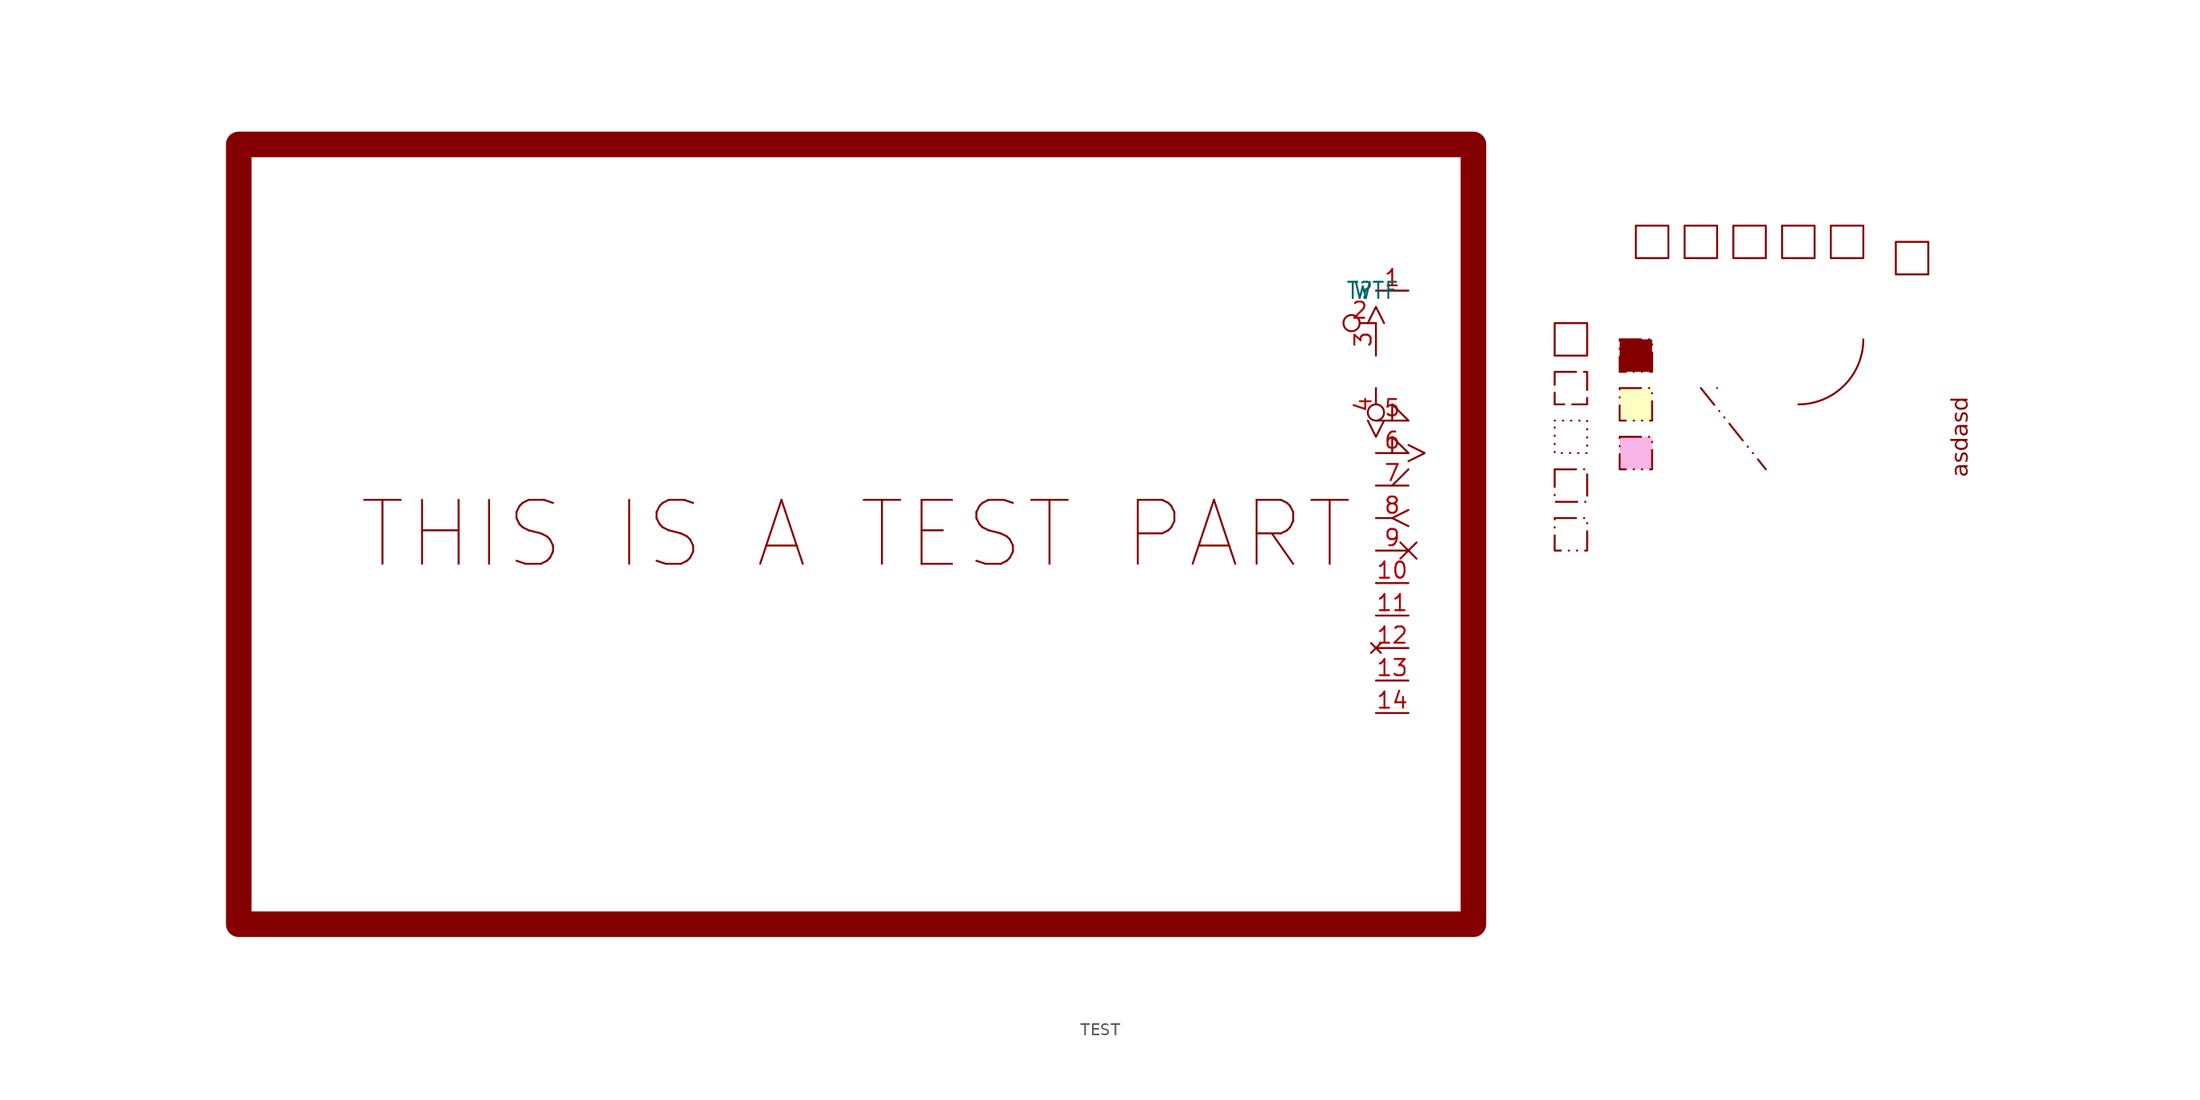
<source format=kicad_sym>
(kicad_symbol_lib
  (version 20220914)
  (generator kicad_symbol_editor)
  (symbol "TEST"
    (property "Reference" "T"
      (at 39.37 19.05 0)
      (effects (font (size 1.27 1.27))))
    (property "Value" "WTF"
      (at 40.64 19.05 0)
      (effects (font (size 1.27 1.27))))
    (symbol "TEST_0_0"
      (text "asdasd" (at 86.36 7.62 900) (effects (font (face "Alibre Symbols") (size 1.27 1.27))))
      (text_box private "" (at 73.66 19.05 90) (size 2.54 -2.54) (stroke (width 0) (type default)) (fill (type color) (color 0 0 0 0)) (effects (font (size 1.27 1.27)) (justify right bottom)))
      (pin input line (at 40.64 19.05 0) (length 2.54) (name "" (effects (font (size 1.27 1.27)))) (number "1" (effects (font (size 1.27 1.27)))))
      (pin open_collector line (at 40.64 -3.81 0) (length 2.54) (name "" (effects (font (size 1.27 1.27)))) (number "10" (effects (font (size 1.27 1.27)))))
      (pin open_emitter line (at 40.64 -6.35 0) (length 2.54) (name "" (effects (font (size 1.27 1.27)))) (number "11" (effects (font (size 1.27 1.27)))))
      (pin no_connect line (at 40.64 -8.89 0) (length 2.54) (name "" (effects (font (size 1.27 1.27)))) (number "12" (effects (font (size 1.27 1.27)))))
      (pin input line (at 40.64 -11.43 0) (length 2.54) (name "" (effects (font (size 1.27 1.27)))) (number "13" (effects (font (size 1.27 1.27)))))
      (pin input line (at 40.64 -13.97 0) (length 2.54) (name "" (effects (font (size 1.27 1.27)))) (number "14" (effects (font (size 1.27 1.27)))))
      (pin output inverted (at 40.64 16.51 180) (length 2.54) (name "" (effects (font (size 1.27 1.27)))) (number "2" (effects (font (size 1.27 1.27)))))
      (pin bidirectional clock (at 40.64 13.97 90) (length 2.54) (name "" (effects (font (size 1.27 1.27)))) (number "3" (effects (font (size 1.27 1.27)))))
      (pin tri_state inverted_clock (at 40.64 11.43 270) (length 2.54) (name "" (effects (font (size 1.27 1.27)))) (number "4" (effects (font (size 1.27 1.27)))))
      (pin passive input_low (at 40.64 8.89 0) (length 2.54) (name "" (effects (font (size 1.27 1.27)))) (number "5" (effects (font (size 1.27 1.27)))))
      (pin free clock_low (at 40.64 6.35 0) (length 2.54) (name "" (effects (font (size 1.27 1.27)))) (number "6" (effects (font (size 1.27 1.27)))))
      (pin unspecified output_low (at 40.64 3.81 0) (length 2.54) (name "" (effects (font (size 1.27 1.27)))) (number "7" (effects (font (size 1.27 1.27)))))
      (pin power_in edge_clock_high (at 40.64 1.27 0) (length 2.54) (name "" (effects (font (size 1.27 1.27)))) (number "8" (effects (font (size 1.27 1.27)))))
      (pin power_out non_logic (at 40.64 -1.27 0) (length 2.54) (name "" (effects (font (size 1.27 1.27)))) (number "9" (effects (font (size 1.27 1.27))))))
    (symbol "TEST_0_1"
      (rectangle (start -48.26 30.48) (end 48.26 -30.48) (stroke (width 2) (type default)) (fill (type none)))
      (polyline (pts (xy 66.04 11.43) (xy 71.12 5.08)) (stroke (width 0) (type default)) (fill (type none)))
      (polyline (pts (xy 67.31 11.43) (xy 67.31 11.43)) (stroke (width 0) (type default)) (fill (type none)))
      (rectangle (start 54.61 1.27) (end 57.15 -1.27) (stroke (width 0) (type dash_dot_dot)) (fill (type none)))
      (rectangle (start 54.61 5.08) (end 57.15 2.54) (stroke (width 0) (type dash_dot)) (fill (type none)))
      (rectangle (start 54.61 8.89) (end 57.15 6.35) (stroke (width 0) (type dot)) (fill (type none)))
      (rectangle (start 54.61 12.7) (end 57.15 10.16) (stroke (width 0) (type dash)) (fill (type none)))
      (rectangle (start 54.61 16.51) (end 57.15 13.97) (stroke (width 0) (type solid)) (fill (type none)))
      (rectangle (start 59.69 7.62) (end 62.23 5.08) (stroke (width 0) (type dash_dot_dot)) (fill (type color) (color 240 109 208 0.502)))
      (rectangle (start 59.69 11.43) (end 62.23 8.89) (stroke (width 0) (type dash_dot_dot)) (fill (type background)))
      (rectangle (start 59.69 15.24) (end 62.23 12.7) (stroke (width 0) (type dash_dot_dot)) (fill (type outline)))
      (arc (start 73.66 10.16) (mid 77.2521 11.6479) (end 78.74 15.24) (stroke (width 0) (type default)) (fill (type none)))
      (text "THIS IS A TEST PART" (at 0 0 0) (effects (font (size 5 5))))
      (text_box "" (at 64.77 24.13 0) (size 2.54 -2.54) (stroke (width 0) (type default)) (fill (type none)) (effects (font (size 1.27 1.27)) (justify top)))
      (text_box "" (at 68.58 24.13 0) (size 2.54 -2.54) (stroke (width 0) (type default)) (fill (type none)) (effects (font (size 1.27 1.27)) (justify right top)))
      (text_box "" (at 72.39 24.13 0) (size 2.54 -2.54) (stroke (width 0) (type default)) (fill (type none)) (effects (font (size 1.27 1.27)) (justify right)))
      (text_box "" (at 76.2 24.13 0) (size 2.54 -2.54) (stroke (width 0) (type default)) (fill (type none)) (effects (font (size 1.27 1.27)) (justify right bottom)))
      (text_box private "" (at 68.58 19.05 90) (size 2.54 -2.54) (stroke (width 0) (type default)) (fill (type none)) (effects (font (size 1.27 1.27)) (justify right bottom)))
      (text_box "" (at 81.28 22.86 90) (size 2.54 -2.54) (stroke (width 0) (type default)) (fill (type none)) (effects (font (size 1.27 1.27)) (justify right bottom)))
      (text_box "" (at 60.96 24.13 0) (size 2.54 -2.54) (stroke (width 0) (type default)) (fill (type none)) (effects (font bold italic (size 1.27 1.27) (thickness 0.254)) (justify left top))))))
</source>
